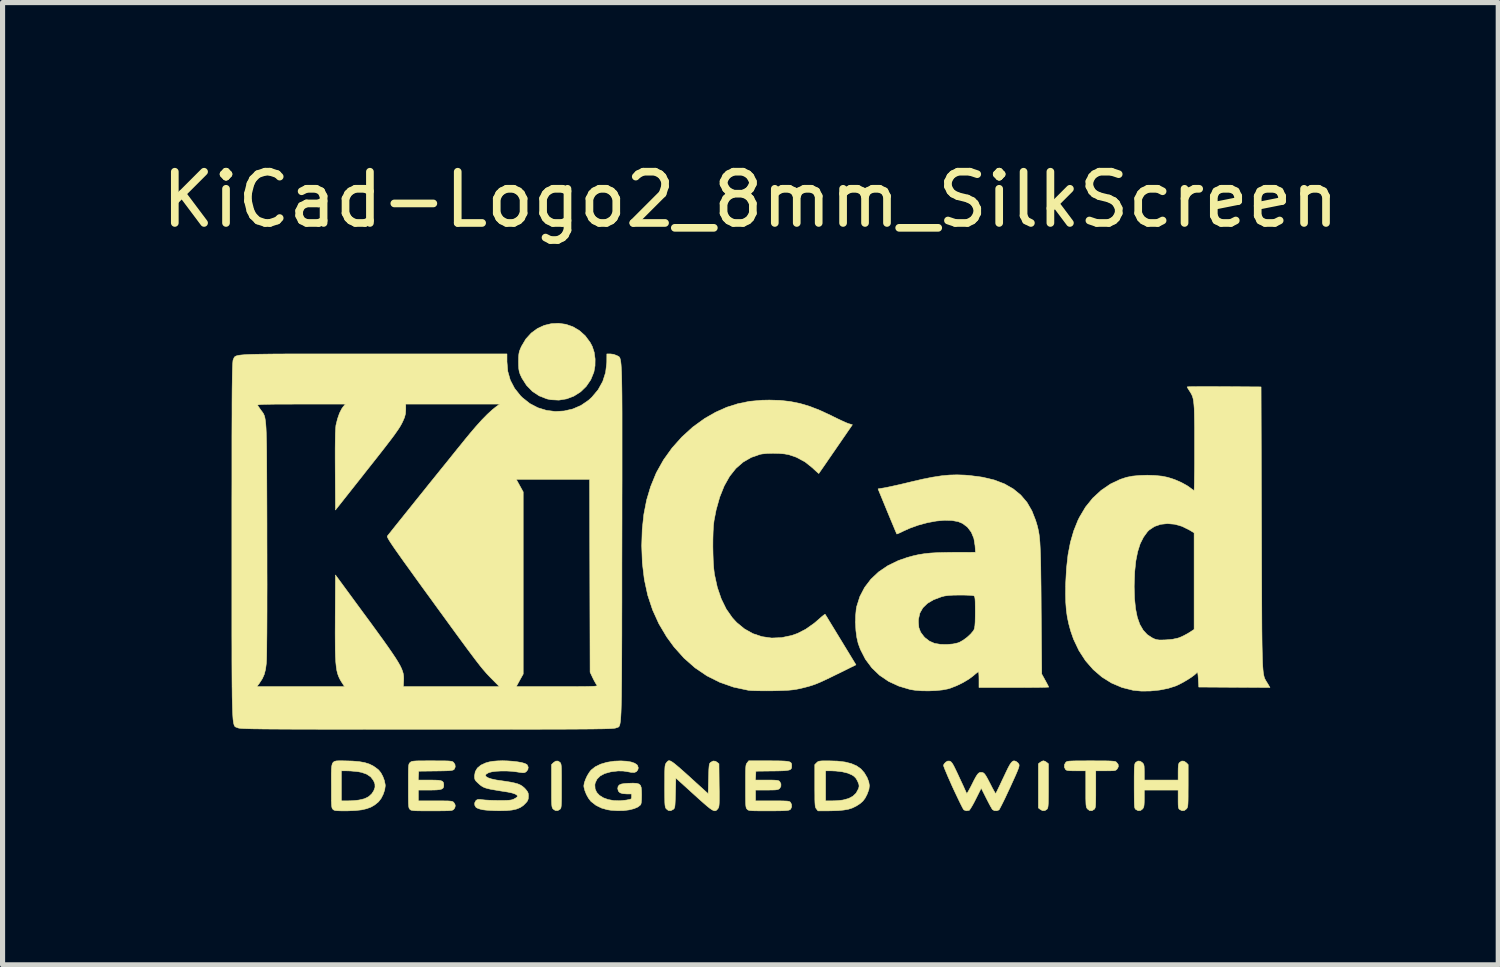
<source format=kicad_pcb>
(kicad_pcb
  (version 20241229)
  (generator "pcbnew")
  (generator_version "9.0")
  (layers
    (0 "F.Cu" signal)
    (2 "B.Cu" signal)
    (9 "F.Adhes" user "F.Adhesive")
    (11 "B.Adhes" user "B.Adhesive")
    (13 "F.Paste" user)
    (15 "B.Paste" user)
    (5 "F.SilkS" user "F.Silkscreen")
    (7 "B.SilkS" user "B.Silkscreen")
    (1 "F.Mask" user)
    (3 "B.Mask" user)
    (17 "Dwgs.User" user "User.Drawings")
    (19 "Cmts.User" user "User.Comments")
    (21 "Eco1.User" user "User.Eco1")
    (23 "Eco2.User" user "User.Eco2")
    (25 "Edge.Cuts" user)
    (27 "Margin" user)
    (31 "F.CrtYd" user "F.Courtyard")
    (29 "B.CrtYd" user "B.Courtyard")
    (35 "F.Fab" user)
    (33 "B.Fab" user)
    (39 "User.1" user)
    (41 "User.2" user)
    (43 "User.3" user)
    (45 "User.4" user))
  (footprint "KiCad-Logo2_8mm_SilkScreen"
    (layer "F.Cu")
    (at 11.601 7.198)
    (property "Reference" "KiCad-Logo2_8mm_SilkScreen" (at 0 -6.35 180) (layer "F.SilkS") (effects (font (size 1 1) (thickness 0.15))))
    (attr exclude_from_pos_files exclude_from_bom)
    (fp_poly (pts (xy 5.752 4.615) (xy 5.783 4.635) (xy 5.819 4.664) (xy 5.819 5.092) (xy 5.819 5.217) (xy 5.818 5.316) (xy 5.817 5.391) (xy 5.815 5.447) (xy 5.812 5.487) (xy 5.808 5.515) (xy 5.802 5.533) (xy 5.795 5.545) (xy 5.79 5.552) (xy 5.748 5.579) (xy 5.701 5.578) (xy 5.659 5.555) (xy 5.623 5.526) (xy 5.623 4.664) (xy 5.659 4.635) (xy 5.693 4.614) (xy 5.721 4.606) (xy 5.752 4.615)) (stroke (width 0.01) (type solid)) (fill yes) (layer "F.SilkS"))
    (fp_poly (pts (xy -3.718 4.636) (xy -3.709 4.647) (xy -3.702 4.66) (xy -3.697 4.679) (xy -3.693 4.708) (xy -3.69 4.751) (xy -3.689 4.811) (xy -3.688 4.89) (xy -3.688 4.994) (xy -3.688 5.095) (xy -3.688 5.22) (xy -3.688 5.318) (xy -3.689 5.393) (xy -3.691 5.449) (xy -3.694 5.489) (xy -3.698 5.516) (xy -3.703 5.533) (xy -3.711 5.545) (xy -3.718 5.553) (xy -3.762 5.579) (xy -3.808 5.577) (xy -3.85 5.549) (xy -3.86 5.537) (xy -3.867 5.524) (xy -3.873 5.506) (xy -3.877 5.479) (xy -3.88 5.439) (xy -3.882 5.383) (xy -3.883 5.308) (xy -3.883 5.209) (xy -3.883 5.097) (xy -3.883 4.68) (xy -3.846 4.643) (xy -3.801 4.612) (xy -3.756 4.611) (xy -3.718 4.636)) (stroke (width 0.01) (type solid)) (fill yes) (layer "F.SilkS"))
    (fp_poly (pts (xy -3.602 -3.916) (xy -3.466 -3.869) (xy -3.339 -3.794) (xy -3.226 -3.693) (xy -3.13 -3.564) (xy -3.087 -3.483) (xy -3.05 -3.37) (xy -3.032 -3.239) (xy -3.034 -3.105) (xy -3.056 -2.983) (xy -3.117 -2.834) (xy -3.205 -2.705) (xy -3.315 -2.598) (xy -3.444 -2.516) (xy -3.587 -2.461) (xy -3.739 -2.436) (xy -3.896 -2.444) (xy -3.973 -2.46) (xy -4.124 -2.519) (xy -4.258 -2.608) (xy -4.372 -2.726) (xy -4.463 -2.869) (xy -4.47 -2.885) (xy -4.497 -2.943) (xy -4.513 -2.993) (xy -4.522 -3.045) (xy -4.526 -3.111) (xy -4.527 -3.184) (xy -4.526 -3.271) (xy -4.521 -3.334) (xy -4.511 -3.385) (xy -4.492 -3.436) (xy -4.469 -3.487) (xy -4.384 -3.63) (xy -4.279 -3.745) (xy -4.158 -3.834) (xy -4.026 -3.895) (xy -3.886 -3.929) (xy -3.744 -3.936) (xy -3.602 -3.916)) (stroke (width 0.01) (type solid)) (fill yes) (layer "F.SilkS"))
    (fp_poly (pts (xy 6.783 4.607) (xy 6.887 4.607) (xy 6.969 4.608) (xy 7.03 4.61) (xy 7.074 4.613) (xy 7.105 4.616) (xy 7.126 4.621) (xy 7.139 4.628) (xy 7.146 4.633) (xy 7.18 4.676) (xy 7.184 4.721) (xy 7.163 4.762) (xy 7.149 4.778) (xy 7.134 4.789) (xy 7.113 4.796) (xy 7.079 4.8) (xy 7.027 4.801) (xy 6.952 4.802) (xy 6.937 4.802) (xy 6.743 4.802) (xy 6.743 5.163) (xy 6.743 5.276) (xy 6.742 5.364) (xy 6.741 5.429) (xy 6.739 5.475) (xy 6.735 5.507) (xy 6.729 5.528) (xy 6.722 5.543) (xy 6.713 5.553) (xy 6.669 5.58) (xy 6.623 5.578) (xy 6.582 5.547) (xy 6.579 5.544) (xy 6.569 5.53) (xy 6.561 5.513) (xy 6.556 5.49) (xy 6.552 5.457) (xy 6.55 5.409) (xy 6.548 5.343) (xy 6.548 5.254) (xy 6.548 5.153) (xy 6.548 4.802) (xy 6.362 4.802) (xy 6.282 4.801) (xy 6.227 4.799) (xy 6.191 4.795) (xy 6.168 4.787) (xy 6.153 4.776) (xy 6.152 4.774) (xy 6.13 4.73) (xy 6.132 4.68) (xy 6.157 4.636) (xy 6.167 4.628) (xy 6.179 4.621) (xy 6.198 4.616) (xy 6.226 4.612) (xy 6.267 4.61) (xy 6.324 4.608) (xy 6.4 4.607) (xy 6.499 4.607) (xy 6.624 4.606) (xy 6.651 4.606) (xy 6.783 4.607)) (stroke (width 0.01) (type solid)) (fill yes) (layer "F.SilkS"))
    (fp_poly (pts (xy 8.468 4.614) (xy 8.51 4.643) (xy 8.547 4.68) (xy 8.547 5.092) (xy 8.546 5.214) (xy 8.546 5.31) (xy 8.545 5.384) (xy 8.543 5.438) (xy 8.54 5.476) (xy 8.536 5.503) (xy 8.529 5.521) (xy 8.522 5.535) (xy 8.515 5.544) (xy 8.474 5.576) (xy 8.427 5.58) (xy 8.385 5.56) (xy 8.37 5.548) (xy 8.361 5.532) (xy 8.355 5.507) (xy 8.352 5.466) (xy 8.351 5.405) (xy 8.351 5.357) (xy 8.351 5.178) (xy 7.69 5.178) (xy 7.69 5.341) (xy 7.689 5.416) (xy 7.686 5.467) (xy 7.681 5.501) (xy 7.671 5.526) (xy 7.659 5.544) (xy 7.618 5.576) (xy 7.571 5.58) (xy 7.526 5.557) (xy 7.514 5.545) (xy 7.506 5.529) (xy 7.5 5.504) (xy 7.497 5.465) (xy 7.495 5.406) (xy 7.494 5.324) (xy 7.494 5.305) (xy 7.493 5.15) (xy 7.493 5.023) (xy 7.493 4.919) (xy 7.494 4.838) (xy 7.495 4.775) (xy 7.497 4.728) (xy 7.501 4.695) (xy 7.505 4.671) (xy 7.51 4.656) (xy 7.517 4.645) (xy 7.525 4.636) (xy 7.567 4.61) (xy 7.611 4.614) (xy 7.653 4.643) (xy 7.67 4.662) (xy 7.681 4.684) (xy 7.687 4.714) (xy 7.689 4.76) (xy 7.69 4.828) (xy 7.69 4.982) (xy 8.351 4.982) (xy 8.351 4.824) (xy 8.352 4.752) (xy 8.355 4.703) (xy 8.36 4.671) (xy 8.37 4.649) (xy 8.381 4.636) (xy 8.424 4.61) (xy 8.468 4.614)) (stroke (width 0.01) (type solid)) (fill yes) (layer "F.SilkS"))
    (fp_poly (pts (xy 1.531 4.607) (xy 1.703 4.612) (xy 1.849 4.63) (xy 1.971 4.661) (xy 2.073 4.705) (xy 2.157 4.764) (xy 2.224 4.84) (xy 2.278 4.932) (xy 2.279 4.934) (xy 2.311 5.017) (xy 2.323 5.09) (xy 2.314 5.164) (xy 2.283 5.248) (xy 2.278 5.261) (xy 2.239 5.336) (xy 2.195 5.394) (xy 2.139 5.443) (xy 2.062 5.492) (xy 2.057 5.494) (xy 1.99 5.527) (xy 1.915 5.551) (xy 1.825 5.567) (xy 1.718 5.578) (xy 1.586 5.582) (xy 1.54 5.583) (xy 1.319 5.583) (xy 1.288 5.544) (xy 1.279 5.531) (xy 1.272 5.516) (xy 1.266 5.494) (xy 1.263 5.464) (xy 1.26 5.42) (xy 1.259 5.388) (xy 1.468 5.388) (xy 1.593 5.388) (xy 1.666 5.386) (xy 1.741 5.38) (xy 1.802 5.372) (xy 1.806 5.372) (xy 1.916 5.342) (xy 2 5.298) (xy 2.064 5.237) (xy 2.107 5.157) (xy 2.115 5.136) (xy 2.122 5.103) (xy 2.119 5.071) (xy 2.103 5.028) (xy 2.094 5.006) (xy 2.063 4.95) (xy 2.025 4.91) (xy 1.984 4.883) (xy 1.902 4.847) (xy 1.796 4.821) (xy 1.673 4.806) (xy 1.584 4.802) (xy 1.468 4.802) (xy 1.468 5.388) (xy 1.259 5.388) (xy 1.258 5.36) (xy 1.258 5.279) (xy 1.257 5.174) (xy 1.257 5.092) (xy 1.257 4.68) (xy 1.294 4.643) (xy 1.31 4.628) (xy 1.328 4.618) (xy 1.353 4.612) (xy 1.39 4.608) (xy 1.446 4.607) (xy 1.526 4.607) (xy 1.531 4.607)) (stroke (width 0.01) (type solid)) (fill yes) (layer "F.SilkS"))
    (fp_poly (pts (xy -7.975 4.606) (xy -7.922 4.607) (xy -7.768 4.611) (xy -7.639 4.622) (xy -7.531 4.641) (xy -7.439 4.67) (xy -7.358 4.711) (xy -7.286 4.763) (xy -7.259 4.785) (xy -7.216 4.838) (xy -7.177 4.91) (xy -7.147 4.99) (xy -7.131 5.067) (xy -7.129 5.095) (xy -7.14 5.173) (xy -7.169 5.259) (xy -7.21 5.34) (xy -7.259 5.404) (xy -7.267 5.412) (xy -7.335 5.467) (xy -7.409 5.51) (xy -7.493 5.541) (xy -7.593 5.564) (xy -7.712 5.577) (xy -7.854 5.583) (xy -7.919 5.583) (xy -8.002 5.583) (xy -8.06 5.581) (xy -8.099 5.578) (xy -8.125 5.571) (xy -8.142 5.562) (xy -8.151 5.553) (xy -8.16 5.543) (xy -8.167 5.53) (xy -8.172 5.511) (xy -8.176 5.481) (xy -8.179 5.439) (xy -8.18 5.379) (xy -8.181 5.299) (xy -8.181 5.196) (xy -8.181 5.095) (xy -8.182 4.961) (xy -8.182 4.853) (xy -8.18 4.802) (xy -7.986 4.802) (xy -7.986 5.388) (xy -7.862 5.388) (xy -7.787 5.386) (xy -7.709 5.38) (xy -7.644 5.372) (xy -7.642 5.372) (xy -7.537 5.347) (xy -7.455 5.307) (xy -7.393 5.251) (xy -7.353 5.189) (xy -7.329 5.122) (xy -7.331 5.058) (xy -7.359 4.99) (xy -7.414 4.919) (xy -7.491 4.867) (xy -7.59 4.832) (xy -7.657 4.819) (xy -7.732 4.811) (xy -7.812 4.804) (xy -7.881 4.802) (xy -7.885 4.802) (xy -7.986 4.802) (xy -8.18 4.802) (xy -8.18 4.77) (xy -8.174 4.708) (xy -8.163 4.663) (xy -8.145 4.634) (xy -8.119 4.617) (xy -8.083 4.608) (xy -8.036 4.606) (xy -7.975 4.606)) (stroke (width 0.01) (type solid)) (fill yes) (layer "F.SilkS"))
    (fp_poly (pts (xy -1.556 4.612) (xy -1.524 4.631) (xy -1.483 4.661) (xy -1.431 4.704) (xy -1.364 4.762) (xy -1.281 4.835) (xy -1.18 4.926) (xy -1.065 5.031) (xy -0.824 5.249) (xy -0.817 4.957) (xy -0.814 4.856) (xy -0.812 4.781) (xy -0.808 4.727) (xy -0.804 4.691) (xy -0.799 4.667) (xy -0.79 4.651) (xy -0.78 4.64) (xy -0.774 4.635) (xy -0.728 4.61) (xy -0.684 4.614) (xy -0.649 4.635) (xy -0.614 4.664) (xy -0.61 5.083) (xy -0.608 5.206) (xy -0.608 5.303) (xy -0.608 5.377) (xy -0.609 5.432) (xy -0.612 5.471) (xy -0.616 5.499) (xy -0.621 5.518) (xy -0.629 5.532) (xy -0.637 5.543) (xy -0.655 5.564) (xy -0.673 5.578) (xy -0.693 5.583) (xy -0.718 5.578) (xy -0.751 5.562) (xy -0.793 5.533) (xy -0.848 5.489) (xy -0.917 5.429) (xy -1.004 5.352) (xy -1.102 5.263) (xy -1.456 4.942) (xy -1.463 5.234) (xy -1.466 5.335) (xy -1.469 5.41) (xy -1.472 5.463) (xy -1.476 5.5) (xy -1.482 5.523) (xy -1.49 5.539) (xy -1.501 5.55) (xy -1.506 5.555) (xy -1.555 5.58) (xy -1.602 5.576) (xy -1.642 5.544) (xy -1.652 5.531) (xy -1.659 5.515) (xy -1.664 5.494) (xy -1.668 5.464) (xy -1.671 5.42) (xy -1.672 5.359) (xy -1.673 5.278) (xy -1.674 5.173) (xy -1.674 5.095) (xy -1.673 4.973) (xy -1.673 4.878) (xy -1.672 4.805) (xy -1.67 4.751) (xy -1.667 4.713) (xy -1.662 4.686) (xy -1.656 4.668) (xy -1.648 4.654) (xy -1.642 4.646) (xy -1.627 4.627) (xy -1.613 4.613) (xy -1.598 4.605) (xy -1.58 4.604) (xy -1.556 4.612)) (stroke (width 0.01) (type solid)) (fill yes) (layer "F.SilkS"))
    (fp_poly (pts (xy -2.421 4.614) (xy -2.33 4.629) (xy -2.26 4.653) (xy -2.214 4.684) (xy -2.202 4.702) (xy -2.189 4.744) (xy -2.198 4.781) (xy -2.225 4.817) (xy -2.266 4.834) (xy -2.327 4.832) (xy -2.374 4.823) (xy -2.478 4.806) (xy -2.584 4.804) (xy -2.703 4.818) (xy -2.736 4.824) (xy -2.846 4.855) (xy -2.933 4.902) (xy -2.994 4.963) (xy -3.03 5.037) (xy -3.037 5.075) (xy -3.032 5.154) (xy -3.001 5.223) (xy -2.947 5.281) (xy -2.872 5.328) (xy -2.779 5.362) (xy -2.671 5.382) (xy -2.551 5.386) (xy -2.422 5.373) (xy -2.415 5.371) (xy -2.364 5.362) (xy -2.335 5.353) (xy -2.323 5.339) (xy -2.32 5.316) (xy -2.32 5.304) (xy -2.32 5.253) (xy -2.411 5.253) (xy -2.492 5.247) (xy -2.546 5.23) (xy -2.578 5.198) (xy -2.59 5.152) (xy -2.59 5.146) (xy -2.583 5.106) (xy -2.56 5.078) (xy -2.517 5.059) (xy -2.45 5.049) (xy -2.385 5.045) (xy -2.291 5.042) (xy -2.223 5.046) (xy -2.176 5.059) (xy -2.147 5.085) (xy -2.132 5.127) (xy -2.126 5.191) (xy -2.124 5.273) (xy -2.126 5.366) (xy -2.132 5.429) (xy -2.141 5.462) (xy -2.143 5.465) (xy -2.195 5.507) (xy -2.271 5.54) (xy -2.366 5.564) (xy -2.476 5.578) (xy -2.596 5.58) (xy -2.72 5.572) (xy -2.793 5.561) (xy -2.908 5.528) (xy -3.015 5.475) (xy -3.104 5.406) (xy -3.118 5.393) (xy -3.162 5.335) (xy -3.202 5.263) (xy -3.232 5.188) (xy -3.25 5.119) (xy -3.252 5.093) (xy -3.243 5.038) (xy -3.219 4.97) (xy -3.186 4.898) (xy -3.146 4.833) (xy -3.112 4.789) (xy -3.031 4.724) (xy -2.926 4.672) (xy -2.801 4.635) (xy -2.66 4.613) (xy -2.53 4.608) (xy -2.421 4.614)) (stroke (width 0.01) (type solid)) (fill yes) (layer "F.SilkS"))
    (fp_poly (pts (xy 0.482 4.607) (xy 0.583 4.608) (xy 0.661 4.611) (xy 0.719 4.616) (xy 0.758 4.624) (xy 0.784 4.636) (xy 0.798 4.652) (xy 0.805 4.673) (xy 0.806 4.699) (xy 0.806 4.703) (xy 0.805 4.733) (xy 0.799 4.756) (xy 0.784 4.774) (xy 0.757 4.786) (xy 0.715 4.794) (xy 0.655 4.8) (xy 0.572 4.803) (xy 0.463 4.805) (xy 0.43 4.805) (xy 0.107 4.809) (xy 0.103 4.896) (xy 0.098 4.982) (xy 0.322 4.982) (xy 0.41 4.982) (xy 0.472 4.984) (xy 0.515 4.987) (xy 0.542 4.992) (xy 0.56 5) (xy 0.573 5.012) (xy 0.573 5.012) (xy 0.596 5.056) (xy 0.595 5.105) (xy 0.571 5.146) (xy 0.566 5.15) (xy 0.549 5.161) (xy 0.525 5.169) (xy 0.49 5.174) (xy 0.438 5.176) (xy 0.364 5.177) (xy 0.316 5.178) (xy 0.1 5.178) (xy 0.1 5.388) (xy 0.428 5.388) (xy 0.537 5.388) (xy 0.619 5.389) (xy 0.679 5.391) (xy 0.721 5.393) (xy 0.749 5.398) (xy 0.767 5.404) (xy 0.778 5.412) (xy 0.781 5.415) (xy 0.803 5.457) (xy 0.805 5.505) (xy 0.787 5.547) (xy 0.773 5.56) (xy 0.758 5.567) (xy 0.736 5.573) (xy 0.702 5.577) (xy 0.653 5.58) (xy 0.585 5.582) (xy 0.495 5.583) (xy 0.379 5.583) (xy 0.353 5.583) (xy 0.235 5.583) (xy 0.143 5.583) (xy 0.075 5.582) (xy 0.025 5.58) (xy -0.01 5.577) (xy -0.033 5.572) (xy -0.048 5.565) (xy -0.059 5.557) (xy -0.065 5.55) (xy -0.074 5.539) (xy -0.081 5.526) (xy -0.086 5.506) (xy -0.09 5.477) (xy -0.093 5.434) (xy -0.094 5.374) (xy -0.095 5.294) (xy -0.095 5.189) (xy -0.095 5.102) (xy -0.095 4.979) (xy -0.095 4.882) (xy -0.094 4.808) (xy -0.092 4.754) (xy -0.089 4.715) (xy -0.085 4.688) (xy -0.079 4.669) (xy -0.071 4.655) (xy -0.064 4.646) (xy -0.033 4.606) (xy 0.353 4.606) (xy 0.482 4.607)) (stroke (width 0.01) (type solid)) (fill yes) (layer "F.SilkS"))
    (fp_poly (pts (xy -6.099 4.607) (xy -6.007 4.607) (xy -5.937 4.608) (xy -5.886 4.61) (xy -5.851 4.614) (xy -5.827 4.618) (xy -5.811 4.625) (xy -5.799 4.633) (xy -5.795 4.637) (xy -5.768 4.678) (xy -5.763 4.726) (xy -5.781 4.768) (xy -5.789 4.777) (xy -5.802 4.785) (xy -5.823 4.791) (xy -5.855 4.796) (xy -5.903 4.8) (xy -5.971 4.802) (xy -6.062 4.804) (xy -6.146 4.805) (xy -6.476 4.809) (xy -6.485 4.982) (xy -6.261 4.982) (xy -6.164 4.983) (xy -6.092 4.986) (xy -6.043 4.994) (xy -6.012 5.007) (xy -5.995 5.028) (xy -5.988 5.057) (xy -5.987 5.084) (xy -5.99 5.117) (xy -6.003 5.141) (xy -6.028 5.158) (xy -6.071 5.169) (xy -6.133 5.175) (xy -6.221 5.177) (xy -6.268 5.178) (xy -6.483 5.178) (xy -6.483 5.388) (xy -6.152 5.388) (xy -6.044 5.388) (xy -5.962 5.389) (xy -5.901 5.39) (xy -5.859 5.393) (xy -5.83 5.397) (xy -5.811 5.404) (xy -5.798 5.412) (xy -5.792 5.418) (xy -5.769 5.454) (xy -5.762 5.486) (xy -5.772 5.525) (xy -5.792 5.553) (xy -5.802 5.562) (xy -5.816 5.569) (xy -5.836 5.575) (xy -5.866 5.578) (xy -5.911 5.581) (xy -5.973 5.582) (xy -6.056 5.583) (xy -6.164 5.583) (xy -6.22 5.583) (xy -6.34 5.583) (xy -6.434 5.583) (xy -6.505 5.582) (xy -6.556 5.58) (xy -6.592 5.576) (xy -6.617 5.572) (xy -6.633 5.566) (xy -6.644 5.558) (xy -6.648 5.553) (xy -6.657 5.543) (xy -6.664 5.53) (xy -6.669 5.511) (xy -6.673 5.481) (xy -6.676 5.438) (xy -6.677 5.379) (xy -6.678 5.298) (xy -6.678 5.194) (xy -6.678 5.097) (xy -6.678 4.973) (xy -6.678 4.876) (xy -6.677 4.801) (xy -6.676 4.746) (xy -6.673 4.707) (xy -6.669 4.681) (xy -6.663 4.663) (xy -6.656 4.651) (xy -6.646 4.641) (xy -6.644 4.639) (xy -6.632 4.629) (xy -6.619 4.622) (xy -6.6 4.616) (xy -6.571 4.612) (xy -6.53 4.609) (xy -6.472 4.607) (xy -6.394 4.607) (xy -6.291 4.606) (xy -6.218 4.606) (xy -6.099 4.607)) (stroke (width 0.01) (type solid)) (fill yes) (layer "F.SilkS"))
    (fp_poly (pts (xy 5.161 4.609) (xy 5.187 4.618) (xy 5.188 4.619) (xy 5.223 4.646) (xy 5.243 4.674) (xy 5.246 4.687) (xy 5.246 4.704) (xy 5.241 4.729) (xy 5.229 4.764) (xy 5.21 4.812) (xy 5.182 4.878) (xy 5.144 4.962) (xy 5.095 5.07) (xy 5.068 5.129) (xy 5.019 5.233) (xy 4.974 5.33) (xy 4.933 5.414) (xy 4.898 5.483) (xy 4.872 5.533) (xy 4.856 5.561) (xy 4.852 5.565) (xy 4.811 5.581) (xy 4.764 5.579) (xy 4.727 5.559) (xy 4.725 5.557) (xy 4.711 5.534) (xy 4.686 5.491) (xy 4.654 5.431) (xy 4.618 5.361) (xy 4.605 5.336) (xy 4.507 5.14) (xy 4.401 5.352) (xy 4.363 5.426) (xy 4.328 5.489) (xy 4.298 5.538) (xy 4.277 5.568) (xy 4.27 5.574) (xy 4.215 5.582) (xy 4.169 5.565) (xy 4.155 5.546) (xy 4.132 5.503) (xy 4.101 5.442) (xy 4.064 5.366) (xy 4.022 5.278) (xy 3.978 5.185) (xy 3.934 5.089) (xy 3.892 4.994) (xy 3.853 4.906) (xy 3.82 4.827) (xy 3.793 4.763) (xy 3.776 4.717) (xy 3.77 4.693) (xy 3.77 4.692) (xy 3.785 4.663) (xy 3.814 4.633) (xy 3.816 4.631) (xy 3.852 4.611) (xy 3.885 4.611) (xy 3.898 4.615) (xy 3.913 4.623) (xy 3.929 4.64) (xy 3.949 4.667) (xy 3.973 4.71) (xy 4.003 4.771) (xy 4.043 4.854) (xy 4.078 4.93) (xy 4.119 5.018) (xy 4.156 5.097) (xy 4.186 5.164) (xy 4.209 5.213) (xy 4.221 5.241) (xy 4.223 5.245) (xy 4.231 5.238) (xy 4.25 5.208) (xy 4.277 5.16) (xy 4.31 5.098) (xy 4.323 5.072) (xy 4.366 4.986) (xy 4.4 4.923) (xy 4.427 4.88) (xy 4.449 4.853) (xy 4.469 4.838) (xy 4.491 4.832) (xy 4.505 4.832) (xy 4.529 4.834) (xy 4.551 4.843) (xy 4.573 4.863) (xy 4.597 4.897) (xy 4.627 4.949) (xy 4.665 5.022) (xy 4.687 5.064) (xy 4.721 5.131) (xy 4.751 5.186) (xy 4.774 5.226) (xy 4.787 5.244) (xy 4.789 5.245) (xy 4.798 5.23) (xy 4.817 5.193) (xy 4.845 5.135) (xy 4.88 5.062) (xy 4.919 4.978) (xy 4.939 4.937) (xy 4.99 4.829) (xy 5.03 4.746) (xy 5.063 4.685) (xy 5.091 4.644) (xy 5.115 4.619) (xy 5.137 4.608) (xy 5.161 4.609)) (stroke (width 0.01) (type solid)) (fill yes) (layer "F.SilkS"))
    (fp_poly (pts (xy -4.74 4.608) (xy -4.64 4.615) (xy -4.548 4.626) (xy -4.467 4.64) (xy -4.405 4.658) (xy -4.365 4.678) (xy -4.359 4.684) (xy -4.338 4.73) (xy -4.345 4.777) (xy -4.377 4.818) (xy -4.379 4.819) (xy -4.398 4.831) (xy -4.418 4.838) (xy -4.446 4.839) (xy -4.489 4.834) (xy -4.554 4.824) (xy -4.559 4.823) (xy -4.656 4.811) (xy -4.761 4.805) (xy -4.865 4.805) (xy -4.963 4.81) (xy -5.047 4.821) (xy -5.108 4.837) (xy -5.112 4.839) (xy -5.157 4.864) (xy -5.173 4.889) (xy -5.161 4.914) (xy -5.121 4.938) (xy -5.056 4.96) (xy -4.965 4.98) (xy -4.905 4.989) (xy -4.78 5.007) (xy -4.68 5.023) (xy -4.601 5.04) (xy -4.54 5.057) (xy -4.492 5.078) (xy -4.453 5.102) (xy -4.417 5.132) (xy -4.389 5.161) (xy -4.356 5.203) (xy -4.339 5.238) (xy -4.334 5.281) (xy -4.334 5.297) (xy -4.338 5.35) (xy -4.353 5.39) (xy -4.38 5.424) (xy -4.434 5.478) (xy -4.495 5.519) (xy -4.567 5.548) (xy -4.653 5.567) (xy -4.76 5.578) (xy -4.891 5.581) (xy -4.912 5.581) (xy -5 5.579) (xy -5.086 5.575) (xy -5.163 5.569) (xy -5.22 5.562) (xy -5.224 5.562) (xy -5.281 5.548) (xy -5.329 5.531) (xy -5.356 5.516) (xy -5.381 5.475) (xy -5.383 5.428) (xy -5.361 5.385) (xy -5.356 5.381) (xy -5.336 5.366) (xy -5.311 5.36) (xy -5.272 5.361) (xy -5.224 5.367) (xy -5.172 5.372) (xy -5.098 5.376) (xy -5.011 5.379) (xy -4.921 5.38) (xy -4.897 5.38) (xy -4.807 5.38) (xy -4.741 5.378) (xy -4.693 5.374) (xy -4.658 5.368) (xy -4.63 5.358) (xy -4.613 5.35) (xy -4.575 5.328) (xy -4.551 5.308) (xy -4.548 5.302) (xy -4.555 5.279) (xy -4.59 5.256) (xy -4.65 5.235) (xy -4.733 5.217) (xy -4.758 5.213) (xy -4.886 5.193) (xy -4.987 5.176) (xy -5.068 5.162) (xy -5.13 5.148) (xy -5.178 5.134) (xy -5.216 5.118) (xy -5.248 5.099) (xy -5.278 5.077) (xy -5.309 5.049) (xy -5.32 5.039) (xy -5.357 5.003) (xy -5.377 4.974) (xy -5.385 4.941) (xy -5.386 4.899) (xy -5.372 4.818) (xy -5.331 4.748) (xy -5.263 4.691) (xy -5.168 4.647) (xy -5.1 4.628) (xy -5.027 4.615) (xy -4.939 4.608) (xy -4.841 4.605) (xy -4.74 4.608)) (stroke (width 0.01) (type solid)) (fill yes) (layer "F.SilkS"))
    (fp_poly (pts (xy 0.581 -2.431) (xy 0.777 -2.409) (xy 0.967 -2.371) (xy 1.158 -2.314) (xy 1.358 -2.236) (xy 1.576 -2.135) (xy 1.615 -2.115) (xy 1.705 -2.071) (xy 1.79 -2.031) (xy 1.861 -1.999) (xy 1.91 -1.979) (xy 1.918 -1.977) (xy 1.991 -1.955) (xy 1.665 -1.481) (xy 1.585 -1.365) (xy 1.512 -1.259) (xy 1.449 -1.167) (xy 1.397 -1.092) (xy 1.359 -1.038) (xy 1.339 -1.008) (xy 1.335 -1.003) (xy 1.322 -1.013) (xy 1.288 -1.043) (xy 1.24 -1.087) (xy 1.214 -1.112) (xy 1.065 -1.231) (xy 0.897 -1.321) (xy 0.753 -1.37) (xy 0.666 -1.386) (xy 0.558 -1.395) (xy 0.44 -1.398) (xy 0.326 -1.395) (xy 0.229 -1.385) (xy 0.19 -1.378) (xy 0.015 -1.317) (xy -0.143 -1.225) (xy -0.284 -1.102) (xy -0.407 -0.947) (xy -0.512 -0.76) (xy -0.599 -0.543) (xy -0.669 -0.294) (xy -0.71 -0.082) (xy -0.721 0.012) (xy -0.728 0.134) (xy -0.732 0.273) (xy -0.733 0.423) (xy -0.73 0.575) (xy -0.725 0.718) (xy -0.716 0.846) (xy -0.704 0.949) (xy -0.702 0.964) (xy -0.646 1.22) (xy -0.569 1.445) (xy -0.472 1.643) (xy -0.353 1.813) (xy -0.269 1.905) (xy -0.117 2.03) (xy 0.049 2.123) (xy 0.227 2.182) (xy 0.414 2.209) (xy 0.607 2.201) (xy 0.803 2.16) (xy 0.92 2.119) (xy 1.08 2.037) (xy 1.246 1.92) (xy 1.339 1.84) (xy 1.391 1.794) (xy 1.432 1.761) (xy 1.455 1.745) (xy 1.458 1.744) (xy 1.469 1.761) (xy 1.496 1.804) (xy 1.537 1.872) (xy 1.59 1.959) (xy 1.653 2.062) (xy 1.723 2.177) (xy 1.762 2.241) (xy 2.061 2.732) (xy 1.688 2.916) (xy 1.553 2.982) (xy 1.444 3.034) (xy 1.354 3.075) (xy 1.276 3.107) (xy 1.203 3.133) (xy 1.13 3.155) (xy 1.049 3.176) (xy 0.971 3.195) (xy 0.901 3.209) (xy 0.829 3.22) (xy 0.746 3.228) (xy 0.645 3.233) (xy 0.52 3.237) (xy 0.435 3.239) (xy 0.315 3.24) (xy 0.199 3.239) (xy 0.096 3.237) (xy 0.013 3.234) (xy -0.042 3.229) (xy -0.045 3.228) (xy -0.33 3.167) (xy -0.598 3.073) (xy -0.848 2.948) (xy -1.08 2.791) (xy -1.295 2.602) (xy -1.492 2.382) (xy -1.635 2.186) (xy -1.787 1.93) (xy -1.91 1.659) (xy -2.005 1.372) (xy -2.071 1.066) (xy -2.11 0.74) (xy -2.122 0.408) (xy -2.112 0.087) (xy -2.08 -0.209) (xy -2.026 -0.486) (xy -1.948 -0.747) (xy -1.845 -0.999) (xy -1.833 -1.025) (xy -1.697 -1.268) (xy -1.531 -1.5) (xy -1.338 -1.716) (xy -1.125 -1.91) (xy -0.894 -2.077) (xy -0.679 -2.2) (xy -0.462 -2.297) (xy -0.244 -2.366) (xy -0.018 -2.412) (xy 0.226 -2.434) (xy 0.372 -2.437) (xy 0.581 -2.431)) (stroke (width 0.01) (type solid)) (fill yes) (layer "F.SilkS"))
    (fp_poly (pts (xy 9.042 -2.7) (xy 9.196 -2.699) (xy 9.248 -2.699) (xy 9.97 -2.694) (xy 9.979 0.073) (xy 9.98 0.448) (xy 9.981 0.788) (xy 9.982 1.096) (xy 9.983 1.373) (xy 9.984 1.621) (xy 9.985 1.841) (xy 9.986 2.036) (xy 9.988 2.206) (xy 9.99 2.354) (xy 9.993 2.482) (xy 9.996 2.592) (xy 9.999 2.684) (xy 10.003 2.761) (xy 10.008 2.825) (xy 10.013 2.877) (xy 10.02 2.92) (xy 10.027 2.954) (xy 10.035 2.982) (xy 10.044 3.005) (xy 10.055 3.026) (xy 10.066 3.045) (xy 10.079 3.066) (xy 10.093 3.089) (xy 10.096 3.093) (xy 10.144 3.175) (xy 8.754 3.166) (xy 8.745 3.013) (xy 8.74 2.94) (xy 8.735 2.898) (xy 8.728 2.881) (xy 8.717 2.884) (xy 8.709 2.894) (xy 8.67 2.929) (xy 8.608 2.975) (xy 8.531 3.025) (xy 8.447 3.074) (xy 8.365 3.117) (xy 8.302 3.145) (xy 8.155 3.192) (xy 7.986 3.225) (xy 7.808 3.243) (xy 7.633 3.245) (xy 7.474 3.229) (xy 7.472 3.229) (xy 7.254 3.174) (xy 7.05 3.087) (xy 6.863 2.97) (xy 6.693 2.824) (xy 6.542 2.651) (xy 6.414 2.453) (xy 6.309 2.232) (xy 6.252 2.068) (xy 6.215 1.931) (xy 6.187 1.799) (xy 6.168 1.663) (xy 6.157 1.514) (xy 6.153 1.347) (xy 6.155 1.209) (xy 7.493 1.209) (xy 7.5 1.439) (xy 7.52 1.637) (xy 7.554 1.805) (xy 7.603 1.943) (xy 7.668 2.055) (xy 7.748 2.142) (xy 7.842 2.204) (xy 7.89 2.227) (xy 7.932 2.24) (xy 7.979 2.247) (xy 8.042 2.247) (xy 8.11 2.245) (xy 8.243 2.233) (xy 8.349 2.21) (xy 8.382 2.198) (xy 8.458 2.164) (xy 8.538 2.121) (xy 8.572 2.1) (xy 8.663 2.041) (xy 8.663 0.155) (xy 8.563 0.095) (xy 8.424 0.027) (xy 8.282 -0.013) (xy 8.142 -0.025) (xy 8.009 -0.011) (xy 7.889 0.031) (xy 7.787 0.099) (xy 7.754 0.131) (xy 7.675 0.239) (xy 7.61 0.368) (xy 7.561 0.523) (xy 7.525 0.704) (xy 7.503 0.915) (xy 7.494 1.157) (xy 7.493 1.209) (xy 6.155 1.209) (xy 6.155 1.152) (xy 6.171 0.854) (xy 6.201 0.584) (xy 6.248 0.34) (xy 6.312 0.118) (xy 6.394 -0.087) (xy 6.424 -0.148) (xy 6.542 -0.347) (xy 6.684 -0.523) (xy 6.848 -0.674) (xy 7.029 -0.798) (xy 7.225 -0.891) (xy 7.343 -0.929) (xy 7.458 -0.952) (xy 7.597 -0.965) (xy 7.748 -0.97) (xy 7.898 -0.965) (xy 8.038 -0.951) (xy 8.15 -0.928) (xy 8.283 -0.885) (xy 8.412 -0.829) (xy 8.525 -0.767) (xy 8.585 -0.725) (xy 8.627 -0.693) (xy 8.656 -0.674) (xy 8.662 -0.671) (xy 8.664 -0.689) (xy 8.666 -0.739) (xy 8.668 -0.819) (xy 8.669 -0.924) (xy 8.671 -1.051) (xy 8.672 -1.197) (xy 8.672 -1.357) (xy 8.672 -1.521) (xy 8.672 -1.731) (xy 8.672 -1.908) (xy 8.67 -2.055) (xy 8.668 -2.176) (xy 8.665 -2.274) (xy 8.659 -2.353) (xy 8.652 -2.416) (xy 8.643 -2.467) (xy 8.631 -2.508) (xy 8.616 -2.543) (xy 8.598 -2.576) (xy 8.577 -2.61) (xy 8.574 -2.614) (xy 8.546 -2.658) (xy 8.529 -2.688) (xy 8.527 -2.694) (xy 8.545 -2.696) (xy 8.595 -2.698) (xy 8.673 -2.699) (xy 8.776 -2.7) (xy 8.9 -2.7) (xy 9.042 -2.7)) (stroke (width 0.01) (type solid)) (fill yes) (layer "F.SilkS"))
    (fp_poly (pts (xy 4.186 -0.972) (xy 4.276 -0.965) (xy 4.533 -0.931) (xy 4.76 -0.877) (xy 4.96 -0.801) (xy 5.132 -0.703) (xy 5.278 -0.583) (xy 5.4 -0.44) (xy 5.497 -0.272) (xy 5.568 -0.091) (xy 5.586 -0.033) (xy 5.602 0.021) (xy 5.615 0.075) (xy 5.627 0.13) (xy 5.637 0.191) (xy 5.645 0.26) (xy 5.652 0.339) (xy 5.657 0.433) (xy 5.662 0.543) (xy 5.666 0.672) (xy 5.669 0.825) (xy 5.671 1.003) (xy 5.674 1.209) (xy 5.676 1.447) (xy 5.677 1.633) (xy 5.688 2.912) (xy 5.756 3.035) (xy 5.788 3.094) (xy 5.812 3.14) (xy 5.823 3.165) (xy 5.824 3.167) (xy 5.806 3.168) (xy 5.757 3.17) (xy 5.678 3.172) (xy 5.576 3.173) (xy 5.453 3.174) (xy 5.314 3.175) (xy 5.162 3.175) (xy 5.144 3.175) (xy 4.463 3.175) (xy 4.463 3.021) (xy 4.462 2.951) (xy 4.459 2.898) (xy 4.454 2.869) (xy 4.452 2.867) (xy 4.434 2.878) (xy 4.397 2.907) (xy 4.349 2.948) (xy 4.348 2.949) (xy 4.26 3.014) (xy 4.149 3.08) (xy 4.028 3.139) (xy 3.908 3.186) (xy 3.855 3.202) (xy 3.751 3.222) (xy 3.622 3.235) (xy 3.481 3.241) (xy 3.34 3.239) (xy 3.211 3.228) (xy 3.121 3.214) (xy 2.899 3.148) (xy 2.699 3.056) (xy 2.522 2.936) (xy 2.371 2.791) (xy 2.245 2.622) (xy 2.147 2.43) (xy 2.104 2.313) (xy 2.078 2.2) (xy 2.06 2.064) (xy 2.052 1.917) (xy 2.052 1.896) (xy 3.279 1.896) (xy 3.289 2.005) (xy 3.323 2.095) (xy 3.386 2.179) (xy 3.41 2.204) (xy 3.496 2.27) (xy 3.594 2.313) (xy 3.713 2.333) (xy 3.837 2.335) (xy 3.956 2.325) (xy 4.046 2.305) (xy 4.086 2.29) (xy 4.156 2.25) (xy 4.232 2.194) (xy 4.3 2.131) (xy 4.351 2.07) (xy 4.365 2.047) (xy 4.375 2.016) (xy 4.383 1.967) (xy 4.388 1.894) (xy 4.39 1.793) (xy 4.391 1.697) (xy 4.39 1.585) (xy 4.389 1.504) (xy 4.386 1.449) (xy 4.381 1.414) (xy 4.373 1.394) (xy 4.362 1.384) (xy 4.359 1.383) (xy 4.33 1.378) (xy 4.272 1.374) (xy 4.193 1.371) (xy 4.102 1.37) (xy 4.082 1.37) (xy 3.96 1.372) (xy 3.866 1.378) (xy 3.791 1.388) (xy 3.729 1.404) (xy 3.575 1.462) (xy 3.455 1.533) (xy 3.367 1.619) (xy 3.309 1.721) (xy 3.282 1.839) (xy 3.279 1.896) (xy 2.052 1.896) (xy 2.054 1.774) (xy 2.066 1.645) (xy 2.076 1.592) (xy 2.137 1.399) (xy 2.23 1.221) (xy 2.353 1.06) (xy 2.504 0.918) (xy 2.682 0.797) (xy 2.885 0.698) (xy 3.057 0.638) (xy 3.172 0.606) (xy 3.282 0.581) (xy 3.395 0.563) (xy 3.516 0.55) (xy 3.654 0.542) (xy 3.816 0.538) (xy 3.962 0.536) (xy 4.395 0.535) (xy 4.386 0.405) (xy 4.363 0.264) (xy 4.313 0.143) (xy 4.238 0.044) (xy 4.141 -0.029) (xy 4.056 -0.064) (xy 3.934 -0.086) (xy 3.789 -0.09) (xy 3.627 -0.075) (xy 3.455 -0.043) (xy 3.281 0.004) (xy 3.111 0.065) (xy 2.987 0.121) (xy 2.928 0.15) (xy 2.882 0.17) (xy 2.859 0.178) (xy 2.858 0.178) (xy 2.85 0.16) (xy 2.83 0.114) (xy 2.8 0.042) (xy 2.762 -0.049) (xy 2.717 -0.156) (xy 2.672 -0.265) (xy 2.492 -0.703) (xy 2.62 -0.724) (xy 2.676 -0.735) (xy 2.76 -0.753) (xy 2.864 -0.776) (xy 2.982 -0.803) (xy 3.107 -0.833) (xy 3.157 -0.845) (xy 3.372 -0.895) (xy 3.56 -0.932) (xy 3.728 -0.958) (xy 3.884 -0.973) (xy 4.034 -0.977) (xy 4.186 -0.972)) (stroke (width 0.01) (type solid)) (fill yes) (layer "F.SilkS"))
    (fp_poly (pts (xy -7.87 -3.338) (xy -7.521 -3.338) (xy -7.358 -3.338) (xy -4.753 -3.338) (xy -4.753 -3.185) (xy -4.737 -2.998) (xy -4.688 -2.826) (xy -4.605 -2.667) (xy -4.488 -2.52) (xy -4.448 -2.481) (xy -4.306 -2.369) (xy -4.149 -2.287) (xy -3.982 -2.236) (xy -3.81 -2.214) (xy -3.637 -2.224) (xy -3.468 -2.263) (xy -3.308 -2.332) (xy -3.162 -2.432) (xy -3.096 -2.492) (xy -2.973 -2.639) (xy -2.883 -2.801) (xy -2.827 -2.976) (xy -2.805 -3.161) (xy -2.804 -3.18) (xy -2.803 -3.338) (xy -2.733 -3.338) (xy -2.671 -3.33) (xy -2.615 -3.309) (xy -2.611 -3.307) (xy -2.598 -3.301) (xy -2.587 -3.296) (xy -2.576 -3.29) (xy -2.566 -3.284) (xy -2.557 -3.274) (xy -2.549 -3.26) (xy -2.542 -3.239) (xy -2.536 -3.211) (xy -2.53 -3.174) (xy -2.525 -3.127) (xy -2.521 -3.067) (xy -2.517 -2.994) (xy -2.514 -2.906) (xy -2.512 -2.801) (xy -2.51 -2.678) (xy -2.508 -2.535) (xy -2.507 -2.372) (xy -2.506 -2.186) (xy -2.506 -1.976) (xy -2.506 -1.74) (xy -2.506 -1.477) (xy -2.506 -1.185) (xy -2.506 -0.864) (xy -2.507 -0.511) (xy -2.507 -0.124) (xy -2.508 0.297) (xy -2.508 0.348) (xy -2.509 0.771) (xy -2.509 1.16) (xy -2.509 1.516) (xy -2.51 1.839) (xy -2.51 2.133) (xy -2.511 2.398) (xy -2.512 2.635) (xy -2.513 2.847) (xy -2.514 3.034) (xy -2.516 3.199) (xy -2.517 3.342) (xy -2.52 3.466) (xy -2.523 3.571) (xy -2.526 3.66) (xy -2.53 3.733) (xy -2.534 3.793) (xy -2.539 3.84) (xy -2.545 3.877) (xy -2.551 3.904) (xy -2.558 3.924) (xy -2.566 3.937) (xy -2.575 3.946) (xy -2.585 3.951) (xy -2.596 3.955) (xy -2.608 3.958) (xy -2.621 3.963) (xy -2.624 3.964) (xy -2.634 3.967) (xy -2.651 3.97) (xy -2.676 3.973) (xy -2.71 3.976) (xy -2.756 3.978) (xy -2.814 3.98) (xy -2.886 3.982) (xy -2.973 3.983) (xy -3.078 3.985) (xy -3.201 3.986) (xy -3.343 3.987) (xy -3.507 3.988) (xy -3.694 3.989) (xy -3.905 3.989) (xy -4.141 3.99) (xy -4.405 3.99) (xy -4.697 3.991) (xy -5.019 3.991) (xy -5.373 3.991) (xy -5.759 3.991) (xy -6.18 3.991) (xy -6.316 3.991) (xy -6.747 3.991) (xy -7.142 3.991) (xy -7.504 3.991) (xy -7.835 3.99) (xy -8.134 3.99) (xy -8.405 3.99) (xy -8.649 3.989) (xy -8.866 3.989) (xy -9.059 3.988) (xy -9.229 3.987) (xy -9.378 3.986) (xy -9.506 3.985) (xy -9.616 3.983) (xy -9.709 3.982) (xy -9.786 3.98) (xy -9.848 3.978) (xy -9.899 3.976) (xy -9.937 3.974) (xy -9.967 3.971) (xy -9.987 3.968) (xy -10.001 3.965) (xy -10.009 3.962) (xy -10.023 3.956) (xy -10.035 3.952) (xy -10.046 3.948) (xy -10.057 3.942) (xy -10.066 3.934) (xy -10.075 3.92) (xy -10.082 3.901) (xy -10.089 3.874) (xy -10.095 3.839) (xy -10.101 3.793) (xy -10.105 3.734) (xy -10.109 3.663) (xy -10.112 3.576) (xy -10.115 3.473) (xy -10.118 3.352) (xy -10.119 3.211) (xy -10.12 3.157) (xy -9.636 3.157) (xy -7.924 3.157) (xy -7.957 3.107) (xy -7.99 3.056) (xy -8.018 3.007) (xy -8.041 2.957) (xy -8.06 2.903) (xy -8.075 2.841) (xy -8.086 2.768) (xy -8.095 2.68) (xy -8.101 2.574) (xy -8.105 2.447) (xy -8.106 2.294) (xy -8.107 2.114) (xy -8.106 1.902) (xy -8.106 1.823) (xy -8.101 0.978) (xy -7.566 1.707) (xy -7.414 1.913) (xy -7.283 2.093) (xy -7.17 2.249) (xy -7.075 2.383) (xy -6.996 2.497) (xy -6.931 2.594) (xy -6.88 2.676) (xy -6.84 2.746) (xy -6.811 2.806) (xy -6.791 2.858) (xy -6.778 2.905) (xy -6.771 2.949) (xy -6.769 2.992) (xy -6.77 3.038) (xy -6.77 3.043) (xy -6.776 3.157) (xy -4.901 3.157) (xy -5.04 3.016) (xy -5.078 2.978) (xy -5.114 2.94) (xy -5.15 2.902) (xy -5.186 2.86) (xy -5.226 2.814) (xy -5.27 2.76) (xy -5.32 2.696) (xy -5.377 2.622) (xy -5.443 2.534) (xy -5.521 2.43) (xy -5.61 2.309) (xy -5.713 2.169) (xy -5.832 2.006) (xy -5.967 1.82) (xy -6.121 1.609) (xy -6.247 1.435) (xy -6.406 1.217) (xy -6.544 1.026) (xy -6.663 0.86) (xy -6.765 0.719) (xy -6.85 0.599) (xy -6.92 0.5) (xy -6.976 0.419) (xy -7.019 0.355) (xy -7.051 0.305) (xy -7.072 0.269) (xy -7.085 0.243) (xy -7.09 0.227) (xy -7.088 0.218) (xy -7.071 0.196) (xy -7.032 0.148) (xy -6.976 0.077) (xy -6.904 -0.013) (xy -6.818 -0.12) (xy -6.721 -0.241) (xy -6.615 -0.373) (xy -6.502 -0.514) (xy -6.385 -0.659) (xy -6.266 -0.808) (xy -6.2 -0.889) (xy -4.571 -0.889) (xy -4.504 -0.767) (xy -4.436 -0.644) (xy -4.436 2.912) (xy -4.504 3.034) (xy -4.571 3.157) (xy -3.771 3.157) (xy -3.579 3.157) (xy -3.422 3.157) (xy -3.294 3.156) (xy -3.193 3.155) (xy -3.117 3.153) (xy -3.062 3.151) (xy -3.025 3.148) (xy -3.004 3.144) (xy -2.994 3.139) (xy -2.993 3.132) (xy -2.999 3.125) (xy -2.999 3.125) (xy -3.022 3.092) (xy -3.052 3.038) (xy -3.079 2.984) (xy -3.13 2.876) (xy -3.135 0.993) (xy -3.14 -0.889) (xy -4.571 -0.889) (xy -6.2 -0.889) (xy -6.147 -0.955) (xy -6.03 -1.1) (xy -5.918 -1.238) (xy -5.814 -1.368) (xy -5.719 -1.486) (xy -5.635 -1.589) (xy -5.566 -1.675) (xy -5.512 -1.74) (xy -5.481 -1.778) (xy -5.36 -1.92) (xy -5.244 -2.049) (xy -5.136 -2.159) (xy -5.04 -2.247) (xy -4.973 -2.301) (xy -4.893 -2.359) (xy -6.729 -2.359) (xy -6.729 -2.251) (xy -6.734 -2.172) (xy -6.753 -2.098) (xy -6.783 -2.029) (xy -6.802 -1.989) (xy -6.823 -1.95) (xy -6.847 -1.909) (xy -6.877 -1.863) (xy -6.914 -1.81) (xy -6.959 -1.746) (xy -7.016 -1.67) (xy -7.086 -1.579) (xy -7.17 -1.47) (xy -7.271 -1.341) (xy -7.391 -1.189) (xy -7.532 -1.011) (xy -7.547 -0.991) (xy -8.101 -0.291) (xy -8.106 -1.066) (xy -8.107 -1.299) (xy -8.107 -1.495) (xy -8.105 -1.657) (xy -8.103 -1.784) (xy -8.098 -1.878) (xy -8.093 -1.938) (xy -8.091 -1.95) (xy -8.061 -2.071) (xy -8.023 -2.18) (xy -7.979 -2.267) (xy -7.953 -2.304) (xy -7.907 -2.359) (xy -8.772 -2.359) (xy -8.978 -2.358) (xy -9.15 -2.358) (xy -9.291 -2.357) (xy -9.404 -2.355) (xy -9.49 -2.353) (xy -9.553 -2.35) (xy -9.594 -2.347) (xy -9.616 -2.342) (xy -9.623 -2.337) (xy -9.622 -2.336) (xy -9.604 -2.308) (xy -9.573 -2.264) (xy -9.558 -2.242) (xy -9.541 -2.22) (xy -9.526 -2.2) (xy -9.513 -2.181) (xy -9.502 -2.16) (xy -9.491 -2.135) (xy -9.482 -2.106) (xy -9.475 -2.068) (xy -9.468 -2.022) (xy -9.462 -1.964) (xy -9.457 -1.893) (xy -9.453 -1.806) (xy -9.45 -1.703) (xy -9.447 -1.58) (xy -9.445 -1.436) (xy -9.444 -1.27) (xy -9.443 -1.078) (xy -9.442 -0.86) (xy -9.441 -0.613) (xy -9.44 -0.335) (xy -9.439 -0.024) (xy -9.439 0.261) (xy -9.438 0.579) (xy -9.438 0.883) (xy -9.437 1.17) (xy -9.438 1.439) (xy -9.438 1.687) (xy -9.439 1.913) (xy -9.44 2.114) (xy -9.442 2.289) (xy -9.443 2.436) (xy -9.445 2.553) (xy -9.447 2.638) (xy -9.45 2.689) (xy -9.45 2.694) (xy -9.466 2.818) (xy -9.491 2.917) (xy -9.529 3.003) (xy -9.585 3.089) (xy -9.591 3.098) (xy -9.636 3.157) (xy -10.12 3.157) (xy -10.121 3.049) (xy -10.122 2.865) (xy -10.123 2.657) (xy -10.123 2.423) (xy -10.124 2.162) (xy -10.124 1.873) (xy -10.124 1.554) (xy -10.124 1.203) (xy -10.124 0.82) (xy -10.124 0.401) (xy -10.124 0.318) (xy -10.124 -0.104) (xy -10.124 -0.492) (xy -10.123 -0.847) (xy -10.123 -1.169) (xy -10.123 -1.462) (xy -10.123 -1.725) (xy -10.122 -1.961) (xy -10.121 -2.172) (xy -10.121 -2.357) (xy -10.12 -2.521) (xy -10.119 -2.662) (xy -10.117 -2.784) (xy -10.116 -2.887) (xy -10.114 -2.974) (xy -10.112 -3.045) (xy -10.11 -3.102) (xy -10.108 -3.146) (xy -10.105 -3.18) (xy -10.103 -3.204) (xy -10.1 -3.22) (xy -10.096 -3.23) (xy -10.096 -3.23) (xy -10.089 -3.245) (xy -10.084 -3.258) (xy -10.077 -3.27) (xy -10.069 -3.281) (xy -10.056 -3.29) (xy -10.037 -3.299) (xy -10.011 -3.306) (xy -9.976 -3.313) (xy -9.929 -3.318) (xy -9.87 -3.323) (xy -9.796 -3.327) (xy -9.705 -3.33) (xy -9.597 -3.332) (xy -9.469 -3.334) (xy -9.319 -3.336) (xy -9.146 -3.337) (xy -8.948 -3.338) (xy -8.723 -3.338) (xy -8.47 -3.338) (xy -8.186 -3.338) (xy -7.87 -3.338)) (stroke (width 0.01) (type solid)) (fill yes) (layer "F.SilkS")))
  (gr_rect
    (start -3 -3)
    (end 26.202 15.787)
    (stroke (width 0.1) (type default))
    (fill no)
    (layer "Edge.Cuts")))
</source>
